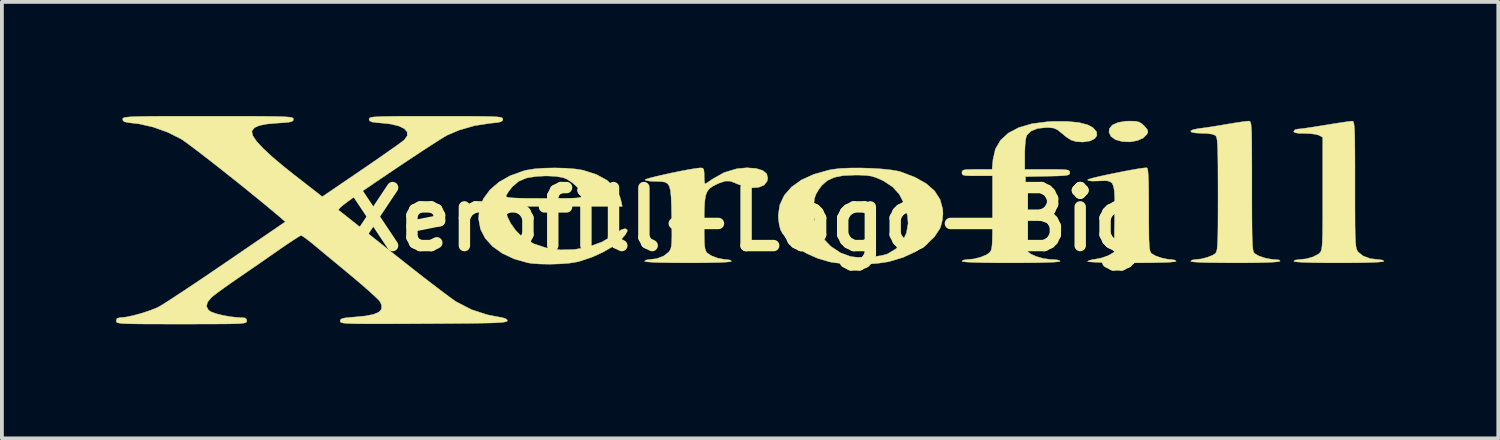
<source format=kicad_pcb>
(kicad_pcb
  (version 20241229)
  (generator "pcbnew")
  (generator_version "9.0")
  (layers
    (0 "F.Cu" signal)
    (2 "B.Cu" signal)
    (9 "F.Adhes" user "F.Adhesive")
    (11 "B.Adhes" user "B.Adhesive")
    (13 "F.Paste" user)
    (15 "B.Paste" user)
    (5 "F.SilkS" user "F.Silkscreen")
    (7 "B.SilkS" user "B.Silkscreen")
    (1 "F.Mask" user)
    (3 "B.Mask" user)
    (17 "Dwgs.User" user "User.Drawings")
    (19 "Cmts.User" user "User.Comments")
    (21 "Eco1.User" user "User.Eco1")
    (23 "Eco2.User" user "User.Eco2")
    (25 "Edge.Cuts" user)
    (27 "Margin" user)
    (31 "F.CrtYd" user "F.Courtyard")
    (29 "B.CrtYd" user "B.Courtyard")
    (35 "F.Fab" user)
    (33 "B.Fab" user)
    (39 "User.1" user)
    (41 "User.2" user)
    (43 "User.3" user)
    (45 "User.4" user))
  (footprint "Xerofill-Logo-Big"
    (layer "F.Cu")
    (at 16.557 2.714)
    (property "Reference" "Xerofill-Logo-Big" (at 0 0 0) (layer "F.SilkS") (effects (font (size 1.524 1.524) (thickness 0.3))))
    (attr through_hole)
    (fp_poly (pts (xy 10.229 -2.578) (xy 10.328 -2.556) (xy 10.406 -2.509) (xy 10.462 -2.456) (xy 10.54 -2.368) (xy 10.561 -2.303) (xy 10.542 -2.245) (xy 10.442 -2.141) (xy 10.286 -2.07) (xy 10.096 -2.035) (xy 9.895 -2.042) (xy 9.709 -2.093) (xy 9.588 -2.179) (xy 9.537 -2.292) (xy 9.55 -2.387) (xy 9.629 -2.48) (xy 9.775 -2.545) (xy 9.977 -2.579) (xy 10.076 -2.582) (xy 10.229 -2.578)) (stroke (width 0.01) (type solid)) (fill yes) (layer "F.SilkS"))
    (fp_poly (pts (xy 10.547 -1.337) (xy 10.56 -1.275) (xy 10.57 -1.163) (xy 10.577 -0.993) (xy 10.581 -0.758) (xy 10.583 -0.45) (xy 10.583 -0.261) (xy 10.584 0.075) (xy 10.586 0.336) (xy 10.589 0.533) (xy 10.596 0.675) (xy 10.605 0.773) (xy 10.619 0.837) (xy 10.637 0.876) (xy 10.657 0.899) (xy 10.764 0.961) (xy 10.919 1.015) (xy 11.087 1.05) (xy 11.187 1.058) (xy 11.271 1.072) (xy 11.303 1.101) (xy 11.261 1.114) (xy 11.138 1.126) (xy 10.936 1.134) (xy 10.66 1.14) (xy 10.311 1.143) (xy 10.139 1.143) (xy 9.835 1.142) (xy 9.56 1.138) (xy 9.326 1.133) (xy 9.144 1.125) (xy 9.023 1.117) (xy 8.975 1.107) (xy 8.975 1.107) (xy 9.013 1.081) (xy 9.11 1.057) (xy 9.19 1.045) (xy 9.347 1.013) (xy 9.493 0.964) (xy 9.54 0.941) (xy 9.673 0.863) (xy 9.685 0.002) (xy 9.688 -0.32) (xy 9.688 -0.567) (xy 9.678 -0.748) (xy 9.655 -0.874) (xy 9.616 -0.954) (xy 9.555 -0.997) (xy 9.47 -1.014) (xy 9.355 -1.013) (xy 9.261 -1.008) (xy 9.085 -1.005) (xy 8.991 -1.02) (xy 8.975 -1.039) (xy 9.014 -1.058) (xy 9.121 -1.088) (xy 9.279 -1.126) (xy 9.475 -1.169) (xy 9.691 -1.214) (xy 9.912 -1.258) (xy 10.122 -1.297) (xy 10.306 -1.329) (xy 10.448 -1.349) (xy 10.53 -1.356) (xy 10.547 -1.337)) (stroke (width 0.01) (type solid)) (fill yes) (layer "F.SilkS"))
    (fp_poly (pts (xy 15.947 -2.577) (xy 15.962 -2.559) (xy 15.974 -2.519) (xy 15.983 -2.45) (xy 15.991 -2.343) (xy 15.996 -2.191) (xy 15.999 -1.987) (xy 16.001 -1.722) (xy 16.002 -1.39) (xy 16.002 -0.981) (xy 16.002 -0.916) (xy 16.002 -0.496) (xy 16.003 -0.153) (xy 16.004 0.123) (xy 16.007 0.339) (xy 16.012 0.503) (xy 16.019 0.624) (xy 16.029 0.711) (xy 16.041 0.771) (xy 16.057 0.813) (xy 16.077 0.845) (xy 16.089 0.861) (xy 16.215 0.962) (xy 16.398 1.031) (xy 16.613 1.058) (xy 16.626 1.058) (xy 16.72 1.07) (xy 16.764 1.097) (xy 16.764 1.101) (xy 16.722 1.114) (xy 16.599 1.125) (xy 16.397 1.134) (xy 16.12 1.14) (xy 15.77 1.143) (xy 15.579 1.143) (xy 15.196 1.142) (xy 14.884 1.137) (xy 14.645 1.13) (xy 14.484 1.12) (xy 14.403 1.108) (xy 14.393 1.101) (xy 14.43 1.072) (xy 14.521 1.058) (xy 14.531 1.058) (xy 14.721 1.038) (xy 14.903 0.986) (xy 15.044 0.912) (xy 15.073 0.886) (xy 15.095 0.861) (xy 15.113 0.827) (xy 15.127 0.775) (xy 15.137 0.697) (xy 15.145 0.585) (xy 15.15 0.429) (xy 15.153 0.22) (xy 15.155 -0.049) (xy 15.155 -0.388) (xy 15.155 -0.676) (xy 15.155 -2.156) (xy 15.06 -2.208) (xy 14.969 -2.234) (xy 14.826 -2.252) (xy 14.679 -2.258) (xy 14.517 -2.261) (xy 14.426 -2.277) (xy 14.394 -2.307) (xy 14.393 -2.313) (xy 14.429 -2.358) (xy 14.489 -2.371) (xy 14.563 -2.378) (xy 14.703 -2.396) (xy 14.892 -2.424) (xy 15.112 -2.459) (xy 15.219 -2.476) (xy 15.446 -2.513) (xy 15.647 -2.544) (xy 15.806 -2.567) (xy 15.906 -2.58) (xy 15.928 -2.582) (xy 15.947 -2.577)) (stroke (width 0.01) (type solid)) (fill yes) (layer "F.SilkS"))
    (fp_poly (pts (xy 3.29 -1.341) (xy 3.568 -1.324) (xy 3.813 -1.298) (xy 4.004 -1.265) (xy 4.06 -1.25) (xy 4.437 -1.107) (xy 4.735 -0.939) (xy 4.955 -0.746) (xy 5.098 -0.524) (xy 5.167 -0.273) (xy 5.174 -0.144) (xy 5.157 0.024) (xy 5.116 0.186) (xy 5.095 0.24) (xy 4.946 0.464) (xy 4.726 0.671) (xy 4.448 0.853) (xy 4.125 1.001) (xy 3.769 1.107) (xy 3.717 1.119) (xy 3.452 1.157) (xy 3.141 1.177) (xy 2.815 1.178) (xy 2.505 1.162) (xy 2.241 1.127) (xy 2.204 1.12) (xy 1.89 1.028) (xy 1.593 0.897) (xy 1.328 0.737) (xy 1.111 0.557) (xy 0.955 0.367) (xy 0.906 0.273) (xy 0.872 0.146) (xy 0.85 -0.017) (xy 0.847 -0.106) (xy 0.87 -0.27) (xy 1.778 -0.27) (xy 1.798 0.009) (xy 1.86 0.226) (xy 2.014 0.489) (xy 2.228 0.712) (xy 2.483 0.881) (xy 2.752 0.979) (xy 2.925 0.999) (xy 3.142 0.999) (xy 3.371 0.982) (xy 3.578 0.949) (xy 3.716 0.91) (xy 3.935 0.778) (xy 4.104 0.59) (xy 4.215 0.36) (xy 4.259 0.106) (xy 4.242 -0.096) (xy 4.155 -0.409) (xy 4.029 -0.656) (xy 3.856 -0.849) (xy 3.625 -1.002) (xy 3.547 -1.041) (xy 3.41 -1.099) (xy 3.291 -1.135) (xy 3.16 -1.154) (xy 2.989 -1.162) (xy 2.857 -1.163) (xy 2.556 -1.15) (xy 2.32 -1.103) (xy 2.136 -1.019) (xy 1.989 -0.89) (xy 1.9 -0.769) (xy 1.833 -0.651) (xy 1.796 -0.541) (xy 1.781 -0.407) (xy 1.778 -0.27) (xy 0.87 -0.27) (xy 0.887 -0.382) (xy 1.004 -0.631) (xy 1.195 -0.85) (xy 1.456 -1.036) (xy 1.783 -1.184) (xy 2.172 -1.293) (xy 2.275 -1.313) (xy 2.471 -1.337) (xy 2.72 -1.348) (xy 3 -1.35) (xy 3.29 -1.341)) (stroke (width 0.01) (type solid)) (fill yes) (layer "F.SilkS"))
    (fp_poly (pts (xy 13.227 -2.581) (xy 13.244 -2.571) (xy 13.259 -2.546) (xy 13.27 -2.498) (xy 13.278 -2.418) (xy 13.284 -2.299) (xy 13.288 -2.134) (xy 13.291 -1.915) (xy 13.292 -1.633) (xy 13.293 -1.283) (xy 13.293 -0.874) (xy 13.293 -0.447) (xy 13.294 -0.097) (xy 13.296 0.185) (xy 13.299 0.406) (xy 13.304 0.574) (xy 13.311 0.697) (xy 13.32 0.783) (xy 13.332 0.84) (xy 13.347 0.876) (xy 13.365 0.898) (xy 13.367 0.899) (xy 13.479 0.964) (xy 13.641 1.018) (xy 13.82 1.052) (xy 13.92 1.058) (xy 14.01 1.069) (xy 14.035 1.097) (xy 14.034 1.101) (xy 13.983 1.114) (xy 13.853 1.125) (xy 13.649 1.134) (xy 13.375 1.14) (xy 13.036 1.143) (xy 12.846 1.143) (xy 12.467 1.141) (xy 12.16 1.137) (xy 11.926 1.13) (xy 11.769 1.12) (xy 11.692 1.107) (xy 11.684 1.101) (xy 11.721 1.07) (xy 11.8 1.058) (xy 11.957 1.041) (xy 12.124 0.998) (xy 12.267 0.941) (xy 12.33 0.899) (xy 12.349 0.876) (xy 12.365 0.84) (xy 12.378 0.782) (xy 12.387 0.693) (xy 12.394 0.565) (xy 12.399 0.391) (xy 12.402 0.16) (xy 12.403 -0.136) (xy 12.404 -0.504) (xy 12.404 -0.658) (xy 12.403 -1.057) (xy 12.402 -1.38) (xy 12.399 -1.635) (xy 12.395 -1.831) (xy 12.389 -1.975) (xy 12.38 -2.076) (xy 12.368 -2.143) (xy 12.353 -2.183) (xy 12.336 -2.205) (xy 12.249 -2.238) (xy 12.095 -2.258) (xy 11.976 -2.261) (xy 11.802 -2.27) (xy 11.704 -2.292) (xy 11.683 -2.322) (xy 11.741 -2.354) (xy 11.881 -2.384) (xy 11.927 -2.39) (xy 12.073 -2.409) (xy 12.272 -2.439) (xy 12.494 -2.475) (xy 12.644 -2.501) (xy 12.842 -2.534) (xy 13.017 -2.56) (xy 13.146 -2.577) (xy 13.205 -2.582) (xy 13.227 -2.581)) (stroke (width 0.01) (type solid)) (fill yes) (layer "F.SilkS"))
    (fp_poly (pts (xy -4.743 -1.344) (xy -4.486 -1.323) (xy -4.285 -1.291) (xy -3.932 -1.178) (xy -3.653 -1.026) (xy -3.448 -0.832) (xy -3.318 -0.599) (xy -3.283 -0.476) (xy -3.253 -0.339) (xy -6.308 -0.339) (xy -6.307 -0.222) (xy -6.273 -0.069) (xy -6.185 0.109) (xy -6.057 0.287) (xy -5.904 0.443) (xy -5.863 0.476) (xy -5.573 0.645) (xy -5.24 0.754) (xy -4.88 0.803) (xy -4.508 0.793) (xy -4.14 0.724) (xy -3.791 0.597) (xy -3.477 0.414) (xy -3.408 0.361) (xy -3.278 0.273) (xy -3.183 0.246) (xy -3.166 0.25) (xy -3.124 0.273) (xy -3.124 0.314) (xy -3.171 0.397) (xy -3.182 0.415) (xy -3.316 0.567) (xy -3.516 0.721) (xy -3.767 0.867) (xy -4.05 0.994) (xy -4.35 1.095) (xy -4.452 1.121) (xy -4.644 1.152) (xy -4.889 1.171) (xy -5.158 1.179) (xy -5.42 1.174) (xy -5.644 1.157) (xy -5.736 1.142) (xy -6.092 1.042) (xy -6.404 0.896) (xy -6.663 0.711) (xy -6.858 0.495) (xy -6.979 0.258) (xy -7.031 -0.019) (xy -7.004 -0.288) (xy -6.903 -0.542) (xy -6.855 -0.606) (xy -6.308 -0.606) (xy -6.292 -0.588) (xy -6.24 -0.574) (xy -6.142 -0.564) (xy -5.989 -0.557) (xy -5.774 -0.552) (xy -5.487 -0.551) (xy -5.313 -0.55) (xy -4.998 -0.551) (xy -4.758 -0.552) (xy -4.582 -0.555) (xy -4.461 -0.561) (xy -4.384 -0.57) (xy -4.341 -0.584) (xy -4.323 -0.604) (xy -4.318 -0.63) (xy -4.318 -0.64) (xy -4.353 -0.736) (xy -4.442 -0.851) (xy -4.566 -0.962) (xy -4.703 -1.053) (xy -4.806 -1.096) (xy -5.008 -1.13) (xy -5.254 -1.141) (xy -5.509 -1.128) (xy -5.734 -1.093) (xy -5.789 -1.079) (xy -5.98 -0.997) (xy -6.135 -0.863) (xy -6.157 -0.838) (xy -6.241 -0.73) (xy -6.296 -0.642) (xy -6.308 -0.606) (xy -6.855 -0.606) (xy -6.732 -0.773) (xy -6.497 -0.977) (xy -6.202 -1.145) (xy -5.854 -1.271) (xy -5.765 -1.294) (xy -5.566 -1.326) (xy -5.311 -1.345) (xy -5.027 -1.351) (xy -4.743 -1.344)) (stroke (width 0.01) (type solid)) (fill yes) (layer "F.SilkS"))
    (fp_poly (pts (xy 0.267 -1.336) (xy 0.441 -1.282) (xy 0.543 -1.195) (xy 0.57 -1.077) (xy 0.551 -0.997) (xy 0.471 -0.897) (xy 0.334 -0.841) (xy 0.157 -0.828) (xy -0.044 -0.861) (xy -0.254 -0.938) (xy -0.282 -0.953) (xy -0.416 -1.004) (xy -0.545 -1.005) (xy -0.702 -0.954) (xy -0.744 -0.936) (xy -0.865 -0.876) (xy -0.955 -0.814) (xy -1.019 -0.735) (xy -1.061 -0.628) (xy -1.085 -0.479) (xy -1.097 -0.275) (xy -1.101 -0.003) (xy -1.101 0.09) (xy -1.1 0.355) (xy -1.097 0.548) (xy -1.09 0.683) (xy -1.077 0.773) (xy -1.059 0.832) (xy -1.032 0.872) (xy -1.019 0.886) (xy -0.902 0.962) (xy -0.737 1.023) (xy -0.558 1.055) (xy -0.497 1.058) (xy -0.413 1.072) (xy -0.381 1.101) (xy -0.423 1.115) (xy -0.546 1.126) (xy -0.747 1.134) (xy -1.023 1.14) (xy -1.371 1.143) (xy -1.524 1.143) (xy -1.899 1.141) (xy -2.203 1.137) (xy -2.433 1.129) (xy -2.587 1.119) (xy -2.661 1.106) (xy -2.667 1.101) (xy -2.63 1.07) (xy -2.551 1.058) (xy -2.347 1.033) (xy -2.166 0.964) (xy -2.037 0.864) (xy -2.031 0.858) (xy -2 0.813) (xy -1.978 0.764) (xy -1.963 0.695) (xy -1.954 0.595) (xy -1.95 0.451) (xy -1.951 0.249) (xy -1.955 -0.024) (xy -1.955 -0.05) (xy -1.961 -0.355) (xy -1.97 -0.587) (xy -1.987 -0.754) (xy -2.016 -0.868) (xy -2.063 -0.939) (xy -2.132 -0.977) (xy -2.227 -0.993) (xy -2.354 -0.996) (xy -2.383 -0.996) (xy -2.522 -1.003) (xy -2.622 -1.019) (xy -2.658 -1.039) (xy -2.623 -1.057) (xy -2.52 -1.088) (xy -2.366 -1.127) (xy -2.176 -1.171) (xy -1.966 -1.217) (xy -1.752 -1.261) (xy -1.55 -1.3) (xy -1.375 -1.33) (xy -1.245 -1.348) (xy -1.196 -1.352) (xy -1.139 -1.345) (xy -1.111 -1.307) (xy -1.101 -1.215) (xy -1.101 -1.143) (xy -1.097 -1.022) (xy -1.087 -0.946) (xy -1.079 -0.931) (xy -1.035 -0.954) (xy -0.947 -1.012) (xy -0.884 -1.057) (xy -0.578 -1.229) (xy -0.242 -1.33) (xy 0.025 -1.355) (xy 0.267 -1.336)) (stroke (width 0.01) (type solid)) (fill yes) (layer "F.SilkS"))
    (fp_poly (pts (xy 8.746 -2.544) (xy 8.981 -2.483) (xy 9.12 -2.407) (xy 9.209 -2.304) (xy 9.221 -2.205) (xy 9.163 -2.121) (xy 9.043 -2.06) (xy 8.868 -2.033) (xy 8.835 -2.032) (xy 8.676 -2.042) (xy 8.545 -2.082) (xy 8.415 -2.164) (xy 8.287 -2.271) (xy 8.18 -2.356) (xy 8.083 -2.398) (xy 7.956 -2.412) (xy 7.893 -2.413) (xy 7.665 -2.389) (xy 7.492 -2.321) (xy 7.382 -2.213) (xy 7.364 -2.175) (xy 7.346 -2.085) (xy 7.332 -1.937) (xy 7.324 -1.758) (xy 7.324 -1.691) (xy 7.324 -1.312) (xy 7.916 -1.312) (xy 8.151 -1.312) (xy 8.314 -1.308) (xy 8.418 -1.301) (xy 8.477 -1.287) (xy 8.503 -1.265) (xy 8.509 -1.234) (xy 8.509 -1.229) (xy 8.504 -1.195) (xy 8.48 -1.172) (xy 8.424 -1.156) (xy 8.323 -1.146) (xy 8.164 -1.139) (xy 7.934 -1.134) (xy 7.927 -1.134) (xy 7.345 -1.122) (xy 7.333 -0.195) (xy 7.33 0.12) (xy 7.331 0.361) (xy 7.335 0.539) (xy 7.343 0.666) (xy 7.356 0.752) (xy 7.374 0.809) (xy 7.386 0.83) (xy 7.476 0.908) (xy 7.627 0.977) (xy 7.812 1.029) (xy 8.008 1.056) (xy 8.072 1.058) (xy 8.183 1.067) (xy 8.248 1.089) (xy 8.255 1.101) (xy 8.213 1.114) (xy 8.089 1.125) (xy 7.886 1.133) (xy 7.607 1.139) (xy 7.254 1.142) (xy 6.964 1.143) (xy 6.561 1.142) (xy 6.229 1.138) (xy 5.973 1.131) (xy 5.793 1.122) (xy 5.693 1.11) (xy 5.673 1.101) (xy 5.71 1.071) (xy 5.799 1.058) (xy 5.802 1.058) (xy 5.982 1.041) (xy 6.165 0.995) (xy 6.319 0.931) (xy 6.389 0.883) (xy 6.417 0.853) (xy 6.439 0.815) (xy 6.454 0.758) (xy 6.465 0.671) (xy 6.472 0.543) (xy 6.475 0.363) (xy 6.477 0.119) (xy 6.477 -0.171) (xy 6.477 -1.143) (xy 6.075 -1.143) (xy 5.888 -1.144) (xy 5.77 -1.15) (xy 5.705 -1.164) (xy 5.678 -1.19) (xy 5.673 -1.228) (xy 5.679 -1.267) (xy 5.708 -1.292) (xy 5.775 -1.306) (xy 5.898 -1.311) (xy 6.069 -1.312) (xy 6.465 -1.312) (xy 6.489 -1.569) (xy 6.552 -1.846) (xy 6.688 -2.079) (xy 6.894 -2.268) (xy 7.171 -2.413) (xy 7.516 -2.513) (xy 7.93 -2.566) (xy 8.045 -2.573) (xy 8.433 -2.574) (xy 8.746 -2.544)) (stroke (width 0.01) (type solid)) (fill yes) (layer "F.SilkS"))
    (fp_poly (pts (xy -7.717 -2.709) (xy -7.363 -2.709) (xy -7.078 -2.707) (xy -6.855 -2.704) (xy -6.686 -2.7) (xy -6.564 -2.694) (xy -6.481 -2.686) (xy -6.431 -2.675) (xy -6.404 -2.661) (xy -6.394 -2.644) (xy -6.392 -2.631) (xy -6.403 -2.59) (xy -6.447 -2.563) (xy -6.54 -2.543) (xy -6.699 -2.527) (xy -6.729 -2.524) (xy -7.136 -2.461) (xy -7.54 -2.345) (xy -7.853 -2.212) (xy -7.936 -2.164) (xy -8.079 -2.075) (xy -8.274 -1.95) (xy -8.512 -1.796) (xy -8.782 -1.617) (xy -9.077 -1.421) (xy -9.386 -1.214) (xy -9.415 -1.194) (xy -9.768 -0.955) (xy -10.056 -0.759) (xy -10.284 -0.6) (xy -10.457 -0.476) (xy -10.58 -0.382) (xy -10.66 -0.315) (xy -10.701 -0.27) (xy -10.708 -0.243) (xy -10.703 -0.237) (xy -10.658 -0.201) (xy -10.553 -0.119) (xy -10.396 0.005) (xy -10.196 0.164) (xy -9.958 0.353) (xy -9.69 0.566) (xy -9.4 0.796) (xy -9.256 0.91) (xy -8.949 1.153) (xy -8.652 1.386) (xy -8.376 1.601) (xy -8.127 1.791) (xy -7.915 1.951) (xy -7.749 2.074) (xy -7.638 2.153) (xy -7.612 2.169) (xy -7.214 2.374) (xy -6.801 2.508) (xy -6.573 2.553) (xy -6.407 2.583) (xy -6.312 2.613) (xy -6.276 2.647) (xy -6.275 2.666) (xy -6.286 2.681) (xy -6.317 2.693) (xy -6.374 2.703) (xy -6.465 2.712) (xy -6.595 2.719) (xy -6.772 2.725) (xy -7.001 2.729) (xy -7.29 2.733) (xy -7.646 2.736) (xy -8.074 2.739) (xy -8.478 2.741) (xy -8.964 2.744) (xy -9.373 2.745) (xy -9.711 2.746) (xy -9.984 2.745) (xy -10.2 2.744) (xy -10.365 2.74) (xy -10.486 2.735) (xy -10.569 2.727) (xy -10.623 2.718) (xy -10.652 2.706) (xy -10.665 2.691) (xy -10.668 2.674) (xy -10.658 2.635) (xy -10.618 2.609) (xy -10.533 2.59) (xy -10.386 2.575) (xy -10.293 2.568) (xy -10.002 2.539) (xy -9.789 2.497) (xy -9.651 2.439) (xy -9.582 2.362) (xy -9.578 2.263) (xy -9.614 2.172) (xy -9.662 2.115) (xy -9.766 2.014) (xy -9.914 1.879) (xy -10.096 1.72) (xy -10.302 1.545) (xy -10.369 1.49) (xy -10.598 1.299) (xy -10.826 1.11) (xy -11.038 0.935) (xy -11.217 0.786) (xy -11.348 0.677) (xy -11.36 0.667) (xy -11.494 0.559) (xy -11.606 0.475) (xy -11.678 0.429) (xy -11.693 0.423) (xy -11.74 0.446) (xy -11.844 0.51) (xy -11.99 0.606) (xy -12.167 0.726) (xy -12.27 0.797) (xy -12.517 0.969) (xy -12.799 1.165) (xy -13.085 1.362) (xy -13.338 1.536) (xy -13.354 1.547) (xy -13.555 1.686) (xy -13.743 1.82) (xy -13.9 1.934) (xy -14.011 2.019) (xy -14.042 2.045) (xy -14.15 2.171) (xy -14.18 2.286) (xy -14.13 2.383) (xy -14.064 2.429) (xy -13.933 2.478) (xy -13.749 2.524) (xy -13.545 2.56) (xy -13.352 2.58) (xy -13.285 2.582) (xy -13.177 2.59) (xy -13.131 2.622) (xy -13.123 2.667) (xy -13.125 2.688) (xy -13.136 2.705) (xy -13.164 2.719) (xy -13.217 2.73) (xy -13.301 2.738) (xy -13.426 2.744) (xy -13.598 2.748) (xy -13.825 2.75) (xy -14.115 2.751) (xy -14.475 2.752) (xy -14.838 2.752) (xy -15.263 2.752) (xy -15.612 2.751) (xy -15.891 2.75) (xy -16.109 2.747) (xy -16.273 2.743) (xy -16.39 2.737) (xy -16.469 2.728) (xy -16.517 2.717) (xy -16.542 2.703) (xy -16.551 2.685) (xy -16.552 2.667) (xy -16.531 2.604) (xy -16.453 2.583) (xy -16.432 2.582) (xy -16.287 2.567) (xy -16.092 2.525) (xy -15.874 2.465) (xy -15.661 2.395) (xy -15.48 2.322) (xy -15.445 2.305) (xy -15.363 2.257) (xy -15.219 2.167) (xy -15.023 2.04) (xy -14.782 1.881) (xy -14.505 1.697) (xy -14.2 1.492) (xy -13.876 1.272) (xy -13.663 1.127) (xy -12.108 0.064) (xy -12.266 -0.072) (xy -12.462 -0.237) (xy -12.693 -0.428) (xy -12.95 -0.638) (xy -13.224 -0.86) (xy -13.506 -1.085) (xy -13.785 -1.306) (xy -14.052 -1.515) (xy -14.298 -1.706) (xy -14.512 -1.869) (xy -14.686 -1.999) (xy -14.809 -2.087) (xy -14.854 -2.115) (xy -15.2 -2.288) (xy -15.577 -2.423) (xy -15.95 -2.508) (xy -16.081 -2.524) (xy -16.241 -2.542) (xy -16.333 -2.563) (xy -16.374 -2.593) (xy -16.383 -2.631) (xy -16.38 -2.648) (xy -16.367 -2.663) (xy -16.337 -2.675) (xy -16.283 -2.684) (xy -16.199 -2.692) (xy -16.079 -2.698) (xy -15.914 -2.702) (xy -15.699 -2.706) (xy -15.427 -2.708) (xy -15.091 -2.709) (xy -14.684 -2.709) (xy -14.201 -2.709) (xy -14.139 -2.709) (xy -13.646 -2.709) (xy -13.231 -2.709) (xy -12.887 -2.708) (xy -12.608 -2.706) (xy -12.387 -2.703) (xy -12.217 -2.699) (xy -12.091 -2.693) (xy -12.003 -2.685) (xy -11.946 -2.676) (xy -11.914 -2.664) (xy -11.899 -2.65) (xy -11.896 -2.633) (xy -11.896 -2.631) (xy -11.904 -2.594) (xy -11.941 -2.569) (xy -12.019 -2.552) (xy -12.155 -2.539) (xy -12.315 -2.529) (xy -12.59 -2.505) (xy -12.789 -2.466) (xy -12.916 -2.41) (xy -12.979 -2.335) (xy -12.988 -2.303) (xy -12.963 -2.197) (xy -12.865 -2.051) (xy -12.692 -1.864) (xy -12.446 -1.636) (xy -12.125 -1.367) (xy -11.881 -1.173) (xy -11.138 -0.595) (xy -10.109 -1.295) (xy -9.843 -1.477) (xy -9.595 -1.648) (xy -9.377 -1.801) (xy -9.196 -1.928) (xy -9.065 -2.023) (xy -8.991 -2.08) (xy -8.983 -2.086) (xy -8.905 -2.195) (xy -8.906 -2.295) (xy -8.982 -2.383) (xy -9.129 -2.454) (xy -9.342 -2.504) (xy -9.543 -2.527) (xy -9.72 -2.542) (xy -9.829 -2.558) (xy -9.885 -2.581) (xy -9.905 -2.615) (xy -9.906 -2.631) (xy -9.903 -2.65) (xy -9.888 -2.666) (xy -9.854 -2.679) (xy -9.794 -2.689) (xy -9.699 -2.696) (xy -9.562 -2.702) (xy -9.376 -2.705) (xy -9.134 -2.708) (xy -8.826 -2.709) (xy -8.447 -2.709) (xy -8.149 -2.709) (xy -7.717 -2.709)) (stroke (width 0.01) (type solid)) (fill yes) (layer "F.SilkS")))
  (gr_rect
    (start -3 -3)
    (end 36.326 8.471)
    (stroke (width 0.1) (type default))
    (fill no)
    (layer "Edge.Cuts")))
</source>
